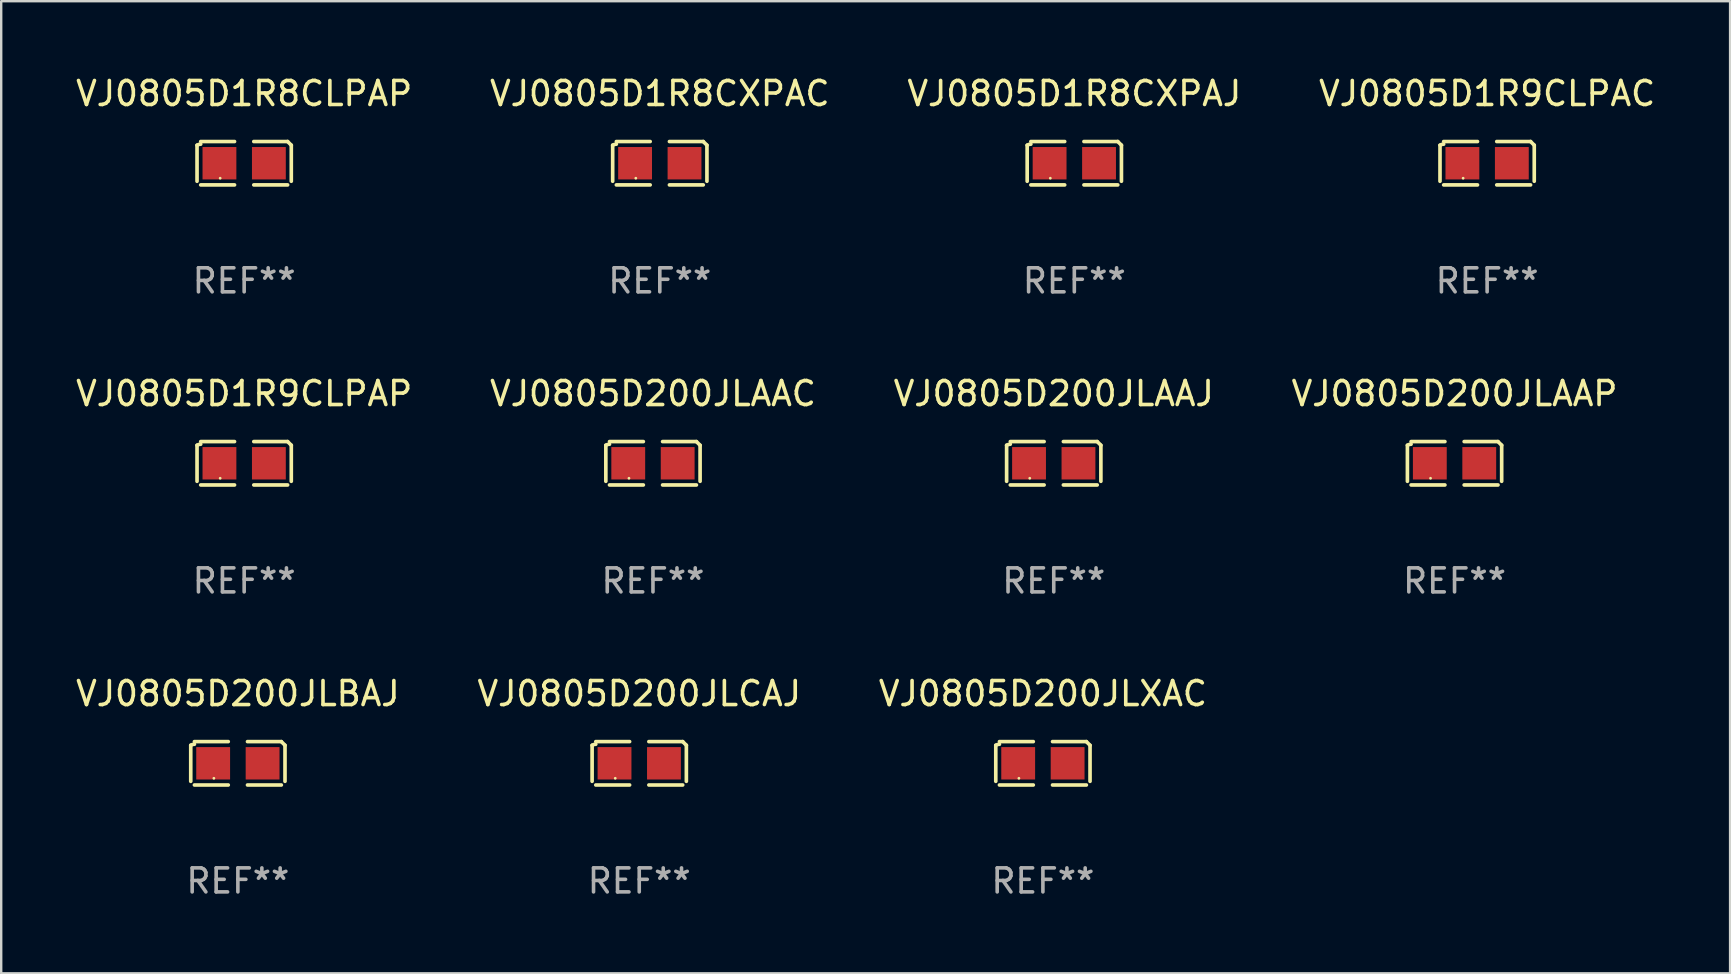
<source format=kicad_pcb>
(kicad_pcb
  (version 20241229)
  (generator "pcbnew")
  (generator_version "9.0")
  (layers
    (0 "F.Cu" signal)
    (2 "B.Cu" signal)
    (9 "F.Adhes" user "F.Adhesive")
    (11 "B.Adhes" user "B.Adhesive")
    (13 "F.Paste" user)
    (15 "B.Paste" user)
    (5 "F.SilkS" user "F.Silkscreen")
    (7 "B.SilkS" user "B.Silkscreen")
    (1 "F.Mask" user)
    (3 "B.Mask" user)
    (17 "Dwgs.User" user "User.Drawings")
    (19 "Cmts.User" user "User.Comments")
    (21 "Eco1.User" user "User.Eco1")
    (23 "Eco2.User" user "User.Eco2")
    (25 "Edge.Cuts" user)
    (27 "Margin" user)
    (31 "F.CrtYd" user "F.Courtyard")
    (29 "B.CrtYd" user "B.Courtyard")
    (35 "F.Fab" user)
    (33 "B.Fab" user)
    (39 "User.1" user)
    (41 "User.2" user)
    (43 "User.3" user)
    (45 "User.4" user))
  (footprint "VJ0805D200JLAAC"
    (layer "F.Cu")
    (at 24.161 16.256)
    (property "Reference" "VJ0805D200JLAAC" (at 0 -2.904 0) (layer "F.SilkS") (effects (font (size 1 1) (thickness 0.15))))
    (attr through_hole)
    (fp_line (start -1.964 0.751) (end -1.964 -0.751) (stroke (width 0.152) (type solid)) (layer "F.SilkS"))
    (fp_line (start -1.811 -0.904) (end -0.401 -0.904) (stroke (width 0.152) (type solid)) (layer "F.SilkS"))
    (fp_line (start -0.401 0.904) (end -1.811 0.904) (stroke (width 0.152) (type solid)) (layer "F.SilkS"))
    (fp_line (start 0.401 0.904) (end 1.811 0.904) (stroke (width 0.152) (type solid)) (layer "F.SilkS"))
    (fp_line (start 1.811 -0.904) (end 0.401 -0.904) (stroke (width 0.152) (type solid)) (layer "F.SilkS"))
    (fp_line (start 1.964 0.751) (end 1.964 -0.751) (stroke (width 0.152) (type solid)) (layer "F.SilkS"))
    (fp_arc (start -1.963602 -0.751207) (mid -1.890354 -0.783131) (end -1.811201 -0.794044) (stroke (width 0.1524) (type solid)) (layer "F.SilkS"))
    (fp_arc (start 1.811202 -0.903607) (mid 1.887413 -0.827418) (end 1.963602 -0.751207) (stroke (width 0.1524) (type solid)) (layer "F.SilkS"))
    (fp_circle (center -1 0.625) (end -0.97 0.625) (stroke (width 0.06) (type solid)) (fill no) (layer "F.SilkS"))
    (fp_text user "REF**" (at 0 4.904 0) (layer "F.Fab") (effects (font (size 1 1) (thickness 0.15))))
    (pad "1" smd rect (at -1.03 0) (size 1.41 1.35) (layers "F.Cu" "F.Mask" "F.Paste"))
    (pad "2" smd rect (at 1.03 0) (size 1.41 1.35) (layers "F.Cu" "F.Mask" "F.Paste")))
  (footprint "VJ0805D1R9CLPAC"
    (layer "F.Cu")
    (at 58.923 3.752)
    (property "Reference" "VJ0805D1R9CLPAC" (at 0 -2.904 0) (layer "F.SilkS") (effects (font (size 1 1) (thickness 0.15))))
    (attr through_hole)
    (fp_line (start -1.964 0.751) (end -1.964 -0.751) (stroke (width 0.152) (type solid)) (layer "F.SilkS"))
    (fp_line (start -1.811 -0.904) (end -0.401 -0.904) (stroke (width 0.152) (type solid)) (layer "F.SilkS"))
    (fp_line (start -0.401 0.904) (end -1.811 0.904) (stroke (width 0.152) (type solid)) (layer "F.SilkS"))
    (fp_line (start 0.401 0.904) (end 1.811 0.904) (stroke (width 0.152) (type solid)) (layer "F.SilkS"))
    (fp_line (start 1.811 -0.904) (end 0.401 -0.904) (stroke (width 0.152) (type solid)) (layer "F.SilkS"))
    (fp_line (start 1.964 0.751) (end 1.964 -0.751) (stroke (width 0.152) (type solid)) (layer "F.SilkS"))
    (fp_arc (start -1.963602 -0.751207) (mid -1.890354 -0.783131) (end -1.811201 -0.794044) (stroke (width 0.1524) (type solid)) (layer "F.SilkS"))
    (fp_arc (start 1.811202 -0.903607) (mid 1.887413 -0.827418) (end 1.963602 -0.751207) (stroke (width 0.1524) (type solid)) (layer "F.SilkS"))
    (fp_circle (center -1 0.625) (end -0.97 0.625) (stroke (width 0.06) (type solid)) (fill no) (layer "F.SilkS"))
    (fp_text user "REF**" (at 0 4.904 0) (layer "F.Fab") (effects (font (size 1 1) (thickness 0.15))))
    (pad "1" smd rect (at -1.03 0) (size 1.41 1.35) (layers "F.Cu" "F.Mask" "F.Paste"))
    (pad "2" smd rect (at 1.03 0) (size 1.41 1.35) (layers "F.Cu" "F.Mask" "F.Paste")))
  (footprint "VJ0805D200JLCAJ"
    (layer "F.Cu")
    (at 23.589 28.759)
    (property "Reference" "VJ0805D200JLCAJ" (at 0 -2.904 0) (layer "F.SilkS") (effects (font (size 1 1) (thickness 0.15))))
    (attr through_hole)
    (fp_line (start -1.964 0.751) (end -1.964 -0.751) (stroke (width 0.152) (type solid)) (layer "F.SilkS"))
    (fp_line (start -1.811 -0.904) (end -0.401 -0.904) (stroke (width 0.152) (type solid)) (layer "F.SilkS"))
    (fp_line (start -0.401 0.904) (end -1.811 0.904) (stroke (width 0.152) (type solid)) (layer "F.SilkS"))
    (fp_line (start 0.401 0.904) (end 1.811 0.904) (stroke (width 0.152) (type solid)) (layer "F.SilkS"))
    (fp_line (start 1.811 -0.904) (end 0.401 -0.904) (stroke (width 0.152) (type solid)) (layer "F.SilkS"))
    (fp_line (start 1.964 0.751) (end 1.964 -0.751) (stroke (width 0.152) (type solid)) (layer "F.SilkS"))
    (fp_arc (start -1.963602 -0.751207) (mid -1.890354 -0.783131) (end -1.811201 -0.794044) (stroke (width 0.1524) (type solid)) (layer "F.SilkS"))
    (fp_arc (start 1.811202 -0.903607) (mid 1.887413 -0.827418) (end 1.963602 -0.751207) (stroke (width 0.1524) (type solid)) (layer "F.SilkS"))
    (fp_circle (center -1 0.625) (end -0.97 0.625) (stroke (width 0.06) (type solid)) (fill no) (layer "F.SilkS"))
    (fp_text user "REF**" (at 0 4.904 0) (layer "F.Fab") (effects (font (size 1 1) (thickness 0.15))))
    (pad "1" smd rect (at -1.03 0) (size 1.41 1.35) (layers "F.Cu" "F.Mask" "F.Paste"))
    (pad "2" smd rect (at 1.03 0) (size 1.41 1.35) (layers "F.Cu" "F.Mask" "F.Paste")))
  (footprint "VJ0805D1R8CXPAC"
    (layer "F.Cu")
    (at 24.446 3.752)
    (property "Reference" "VJ0805D1R8CXPAC" (at 0 -2.904 0) (layer "F.SilkS") (effects (font (size 1 1) (thickness 0.15))))
    (attr through_hole)
    (fp_line (start -1.964 0.751) (end -1.964 -0.751) (stroke (width 0.152) (type solid)) (layer "F.SilkS"))
    (fp_line (start -1.811 -0.904) (end -0.401 -0.904) (stroke (width 0.152) (type solid)) (layer "F.SilkS"))
    (fp_line (start -0.401 0.904) (end -1.811 0.904) (stroke (width 0.152) (type solid)) (layer "F.SilkS"))
    (fp_line (start 0.401 0.904) (end 1.811 0.904) (stroke (width 0.152) (type solid)) (layer "F.SilkS"))
    (fp_line (start 1.811 -0.904) (end 0.401 -0.904) (stroke (width 0.152) (type solid)) (layer "F.SilkS"))
    (fp_line (start 1.964 0.751) (end 1.964 -0.751) (stroke (width 0.152) (type solid)) (layer "F.SilkS"))
    (fp_arc (start -1.963602 -0.751207) (mid -1.890354 -0.783131) (end -1.811201 -0.794044) (stroke (width 0.1524) (type solid)) (layer "F.SilkS"))
    (fp_arc (start 1.811202 -0.903607) (mid 1.887413 -0.827418) (end 1.963602 -0.751207) (stroke (width 0.1524) (type solid)) (layer "F.SilkS"))
    (fp_circle (center -1 0.625) (end -0.97 0.625) (stroke (width 0.06) (type solid)) (fill no) (layer "F.SilkS"))
    (fp_text user "REF**" (at 0 4.904 0) (layer "F.Fab") (effects (font (size 1 1) (thickness 0.15))))
    (pad "1" smd rect (at -1.03 0) (size 1.41 1.35) (layers "F.Cu" "F.Mask" "F.Paste"))
    (pad "2" smd rect (at 1.03 0) (size 1.41 1.35) (layers "F.Cu" "F.Mask" "F.Paste")))
  (footprint "VJ0805D200JLXAC"
    (layer "F.Cu")
    (at 40.411 28.759)
    (property "Reference" "VJ0805D200JLXAC" (at 0 -2.904 0) (layer "F.SilkS") (effects (font (size 1 1) (thickness 0.15))))
    (attr through_hole)
    (fp_line (start -1.964 0.751) (end -1.964 -0.751) (stroke (width 0.152) (type solid)) (layer "F.SilkS"))
    (fp_line (start -1.811 -0.904) (end -0.401 -0.904) (stroke (width 0.152) (type solid)) (layer "F.SilkS"))
    (fp_line (start -0.401 0.904) (end -1.811 0.904) (stroke (width 0.152) (type solid)) (layer "F.SilkS"))
    (fp_line (start 0.401 0.904) (end 1.811 0.904) (stroke (width 0.152) (type solid)) (layer "F.SilkS"))
    (fp_line (start 1.811 -0.904) (end 0.401 -0.904) (stroke (width 0.152) (type solid)) (layer "F.SilkS"))
    (fp_line (start 1.964 0.751) (end 1.964 -0.751) (stroke (width 0.152) (type solid)) (layer "F.SilkS"))
    (fp_arc (start -1.963602 -0.751207) (mid -1.890354 -0.783131) (end -1.811201 -0.794044) (stroke (width 0.1524) (type solid)) (layer "F.SilkS"))
    (fp_arc (start 1.811202 -0.903607) (mid 1.887413 -0.827418) (end 1.963602 -0.751207) (stroke (width 0.1524) (type solid)) (layer "F.SilkS"))
    (fp_circle (center -1 0.625) (end -0.97 0.625) (stroke (width 0.06) (type solid)) (fill no) (layer "F.SilkS"))
    (fp_text user "REF**" (at 0 4.904 0) (layer "F.Fab") (effects (font (size 1 1) (thickness 0.15))))
    (pad "1" smd rect (at -1.03 0) (size 1.41 1.35) (layers "F.Cu" "F.Mask" "F.Paste"))
    (pad "2" smd rect (at 1.03 0) (size 1.41 1.35) (layers "F.Cu" "F.Mask" "F.Paste")))
  (footprint "VJ0805D200JLBAJ"
    (layer "F.Cu")
    (at 6.863 28.759)
    (property "Reference" "VJ0805D200JLBAJ" (at 0 -2.904 0) (layer "F.SilkS") (effects (font (size 1 1) (thickness 0.15))))
    (attr through_hole)
    (fp_line (start -1.964 0.751) (end -1.964 -0.751) (stroke (width 0.152) (type solid)) (layer "F.SilkS"))
    (fp_line (start -1.811 -0.904) (end -0.401 -0.904) (stroke (width 0.152) (type solid)) (layer "F.SilkS"))
    (fp_line (start -0.401 0.904) (end -1.811 0.904) (stroke (width 0.152) (type solid)) (layer "F.SilkS"))
    (fp_line (start 0.401 0.904) (end 1.811 0.904) (stroke (width 0.152) (type solid)) (layer "F.SilkS"))
    (fp_line (start 1.811 -0.904) (end 0.401 -0.904) (stroke (width 0.152) (type solid)) (layer "F.SilkS"))
    (fp_line (start 1.964 0.751) (end 1.964 -0.751) (stroke (width 0.152) (type solid)) (layer "F.SilkS"))
    (fp_arc (start -1.963602 -0.751207) (mid -1.890354 -0.783131) (end -1.811201 -0.794044) (stroke (width 0.1524) (type solid)) (layer "F.SilkS"))
    (fp_arc (start 1.811202 -0.903607) (mid 1.887413 -0.827418) (end 1.963602 -0.751207) (stroke (width 0.1524) (type solid)) (layer "F.SilkS"))
    (fp_circle (center -1 0.625) (end -0.97 0.625) (stroke (width 0.06) (type solid)) (fill no) (layer "F.SilkS"))
    (fp_text user "REF**" (at 0 4.904 0) (layer "F.Fab") (effects (font (size 1 1) (thickness 0.15))))
    (pad "1" smd rect (at -1.03 0) (size 1.41 1.35) (layers "F.Cu" "F.Mask" "F.Paste"))
    (pad "2" smd rect (at 1.03 0) (size 1.41 1.35) (layers "F.Cu" "F.Mask" "F.Paste")))
  (footprint "VJ0805D200JLAAP"
    (layer "F.Cu")
    (at 57.565 16.256)
    (property "Reference" "VJ0805D200JLAAP" (at 0 -2.904 0) (layer "F.SilkS") (effects (font (size 1 1) (thickness 0.15))))
    (attr through_hole)
    (fp_line (start -1.964 0.751) (end -1.964 -0.751) (stroke (width 0.152) (type solid)) (layer "F.SilkS"))
    (fp_line (start -1.811 -0.904) (end -0.401 -0.904) (stroke (width 0.152) (type solid)) (layer "F.SilkS"))
    (fp_line (start -0.401 0.904) (end -1.811 0.904) (stroke (width 0.152) (type solid)) (layer "F.SilkS"))
    (fp_line (start 0.401 0.904) (end 1.811 0.904) (stroke (width 0.152) (type solid)) (layer "F.SilkS"))
    (fp_line (start 1.811 -0.904) (end 0.401 -0.904) (stroke (width 0.152) (type solid)) (layer "F.SilkS"))
    (fp_line (start 1.964 0.751) (end 1.964 -0.751) (stroke (width 0.152) (type solid)) (layer "F.SilkS"))
    (fp_arc (start -1.963602 -0.751207) (mid -1.890354 -0.783131) (end -1.811201 -0.794044) (stroke (width 0.1524) (type solid)) (layer "F.SilkS"))
    (fp_arc (start 1.811202 -0.903607) (mid 1.887413 -0.827418) (end 1.963602 -0.751207) (stroke (width 0.1524) (type solid)) (layer "F.SilkS"))
    (fp_circle (center -1 0.625) (end -0.97 0.625) (stroke (width 0.06) (type solid)) (fill no) (layer "F.SilkS"))
    (fp_text user "REF**" (at 0 4.904 0) (layer "F.Fab") (effects (font (size 1 1) (thickness 0.15))))
    (pad "1" smd rect (at -1.03 0) (size 1.41 1.35) (layers "F.Cu" "F.Mask" "F.Paste"))
    (pad "2" smd rect (at 1.03 0) (size 1.41 1.35) (layers "F.Cu" "F.Mask" "F.Paste")))
  (footprint "VJ0805D1R8CXPAJ"
    (layer "F.Cu")
    (at 41.72 3.752)
    (property "Reference" "VJ0805D1R8CXPAJ" (at 0 -2.904 0) (layer "F.SilkS") (effects (font (size 1 1) (thickness 0.15))))
    (attr through_hole)
    (fp_line (start -1.964 0.751) (end -1.964 -0.751) (stroke (width 0.152) (type solid)) (layer "F.SilkS"))
    (fp_line (start -1.811 -0.904) (end -0.401 -0.904) (stroke (width 0.152) (type solid)) (layer "F.SilkS"))
    (fp_line (start -0.401 0.904) (end -1.811 0.904) (stroke (width 0.152) (type solid)) (layer "F.SilkS"))
    (fp_line (start 0.401 0.904) (end 1.811 0.904) (stroke (width 0.152) (type solid)) (layer "F.SilkS"))
    (fp_line (start 1.811 -0.904) (end 0.401 -0.904) (stroke (width 0.152) (type solid)) (layer "F.SilkS"))
    (fp_line (start 1.964 0.751) (end 1.964 -0.751) (stroke (width 0.152) (type solid)) (layer "F.SilkS"))
    (fp_arc (start -1.963602 -0.751207) (mid -1.890354 -0.783131) (end -1.811201 -0.794044) (stroke (width 0.1524) (type solid)) (layer "F.SilkS"))
    (fp_arc (start 1.811202 -0.903607) (mid 1.887413 -0.827418) (end 1.963602 -0.751207) (stroke (width 0.1524) (type solid)) (layer "F.SilkS"))
    (fp_circle (center -1 0.625) (end -0.97 0.625) (stroke (width 0.06) (type solid)) (fill no) (layer "F.SilkS"))
    (fp_text user "REF**" (at 0 4.904 0) (layer "F.Fab") (effects (font (size 1 1) (thickness 0.15))))
    (pad "1" smd rect (at -1.03 0) (size 1.41 1.35) (layers "F.Cu" "F.Mask" "F.Paste"))
    (pad "2" smd rect (at 1.03 0) (size 1.41 1.35) (layers "F.Cu" "F.Mask" "F.Paste")))
  (footprint "VJ0805D1R9CLPAP"
    (layer "F.Cu")
    (at 7.125 16.256)
    (property "Reference" "VJ0805D1R9CLPAP" (at 0 -2.904 0) (layer "F.SilkS") (effects (font (size 1 1) (thickness 0.15))))
    (attr through_hole)
    (fp_line (start -1.964 0.751) (end -1.964 -0.751) (stroke (width 0.152) (type solid)) (layer "F.SilkS"))
    (fp_line (start -1.811 -0.904) (end -0.401 -0.904) (stroke (width 0.152) (type solid)) (layer "F.SilkS"))
    (fp_line (start -0.401 0.904) (end -1.811 0.904) (stroke (width 0.152) (type solid)) (layer "F.SilkS"))
    (fp_line (start 0.401 0.904) (end 1.811 0.904) (stroke (width 0.152) (type solid)) (layer "F.SilkS"))
    (fp_line (start 1.811 -0.904) (end 0.401 -0.904) (stroke (width 0.152) (type solid)) (layer "F.SilkS"))
    (fp_line (start 1.964 0.751) (end 1.964 -0.751) (stroke (width 0.152) (type solid)) (layer "F.SilkS"))
    (fp_arc (start -1.963602 -0.751207) (mid -1.890354 -0.783131) (end -1.811201 -0.794044) (stroke (width 0.1524) (type solid)) (layer "F.SilkS"))
    (fp_arc (start 1.811202 -0.903607) (mid 1.887413 -0.827418) (end 1.963602 -0.751207) (stroke (width 0.1524) (type solid)) (layer "F.SilkS"))
    (fp_circle (center -1 0.625) (end -0.97 0.625) (stroke (width 0.06) (type solid)) (fill no) (layer "F.SilkS"))
    (fp_text user "REF**" (at 0 4.904 0) (layer "F.Fab") (effects (font (size 1 1) (thickness 0.15))))
    (pad "1" smd rect (at -1.03 0) (size 1.41 1.35) (layers "F.Cu" "F.Mask" "F.Paste"))
    (pad "2" smd rect (at 1.03 0) (size 1.41 1.35) (layers "F.Cu" "F.Mask" "F.Paste")))
  (footprint "VJ0805D1R8CLPAP"
    (layer "F.Cu")
    (at 7.125 3.752)
    (property "Reference" "VJ0805D1R8CLPAP" (at 0 -2.904 0) (layer "F.SilkS") (effects (font (size 1 1) (thickness 0.15))))
    (attr through_hole)
    (fp_line (start -1.964 0.751) (end -1.964 -0.751) (stroke (width 0.152) (type solid)) (layer "F.SilkS"))
    (fp_line (start -1.811 -0.904) (end -0.401 -0.904) (stroke (width 0.152) (type solid)) (layer "F.SilkS"))
    (fp_line (start -0.401 0.904) (end -1.811 0.904) (stroke (width 0.152) (type solid)) (layer "F.SilkS"))
    (fp_line (start 0.401 0.904) (end 1.811 0.904) (stroke (width 0.152) (type solid)) (layer "F.SilkS"))
    (fp_line (start 1.811 -0.904) (end 0.401 -0.904) (stroke (width 0.152) (type solid)) (layer "F.SilkS"))
    (fp_line (start 1.964 0.751) (end 1.964 -0.751) (stroke (width 0.152) (type solid)) (layer "F.SilkS"))
    (fp_arc (start -1.963602 -0.751207) (mid -1.890354 -0.783131) (end -1.811201 -0.794044) (stroke (width 0.1524) (type solid)) (layer "F.SilkS"))
    (fp_arc (start 1.811202 -0.903607) (mid 1.887413 -0.827418) (end 1.963602 -0.751207) (stroke (width 0.1524) (type solid)) (layer "F.SilkS"))
    (fp_circle (center -1 0.625) (end -0.97 0.625) (stroke (width 0.06) (type solid)) (fill no) (layer "F.SilkS"))
    (fp_text user "REF**" (at 0 4.904 0) (layer "F.Fab") (effects (font (size 1 1) (thickness 0.15))))
    (pad "1" smd rect (at -1.03 0) (size 1.41 1.35) (layers "F.Cu" "F.Mask" "F.Paste"))
    (pad "2" smd rect (at 1.03 0) (size 1.41 1.35) (layers "F.Cu" "F.Mask" "F.Paste")))
  (footprint "VJ0805D200JLAAJ"
    (layer "F.Cu")
    (at 40.863 16.256)
    (property "Reference" "VJ0805D200JLAAJ" (at 0 -2.904 0) (layer "F.SilkS") (effects (font (size 1 1) (thickness 0.15))))
    (attr through_hole)
    (fp_line (start -1.964 0.751) (end -1.964 -0.751) (stroke (width 0.152) (type solid)) (layer "F.SilkS"))
    (fp_line (start -1.811 -0.904) (end -0.401 -0.904) (stroke (width 0.152) (type solid)) (layer "F.SilkS"))
    (fp_line (start -0.401 0.904) (end -1.811 0.904) (stroke (width 0.152) (type solid)) (layer "F.SilkS"))
    (fp_line (start 0.401 0.904) (end 1.811 0.904) (stroke (width 0.152) (type solid)) (layer "F.SilkS"))
    (fp_line (start 1.811 -0.904) (end 0.401 -0.904) (stroke (width 0.152) (type solid)) (layer "F.SilkS"))
    (fp_line (start 1.964 0.751) (end 1.964 -0.751) (stroke (width 0.152) (type solid)) (layer "F.SilkS"))
    (fp_arc (start -1.963602 -0.751207) (mid -1.890354 -0.783131) (end -1.811201 -0.794044) (stroke (width 0.1524) (type solid)) (layer "F.SilkS"))
    (fp_arc (start 1.811202 -0.903607) (mid 1.887413 -0.827418) (end 1.963602 -0.751207) (stroke (width 0.1524) (type solid)) (layer "F.SilkS"))
    (fp_circle (center -1 0.625) (end -0.97 0.625) (stroke (width 0.06) (type solid)) (fill no) (layer "F.SilkS"))
    (fp_text user "REF**" (at 0 4.904 0) (layer "F.Fab") (effects (font (size 1 1) (thickness 0.15))))
    (pad "1" smd rect (at -1.03 0) (size 1.41 1.35) (layers "F.Cu" "F.Mask" "F.Paste"))
    (pad "2" smd rect (at 1.03 0) (size 1.41 1.35) (layers "F.Cu" "F.Mask" "F.Paste")))
  (gr_rect
    (start -3 -3)
    (end 69.048 37.511)
    (stroke (width 0.1) (type default))
    (fill no)
    (layer "Edge.Cuts")))
</source>
